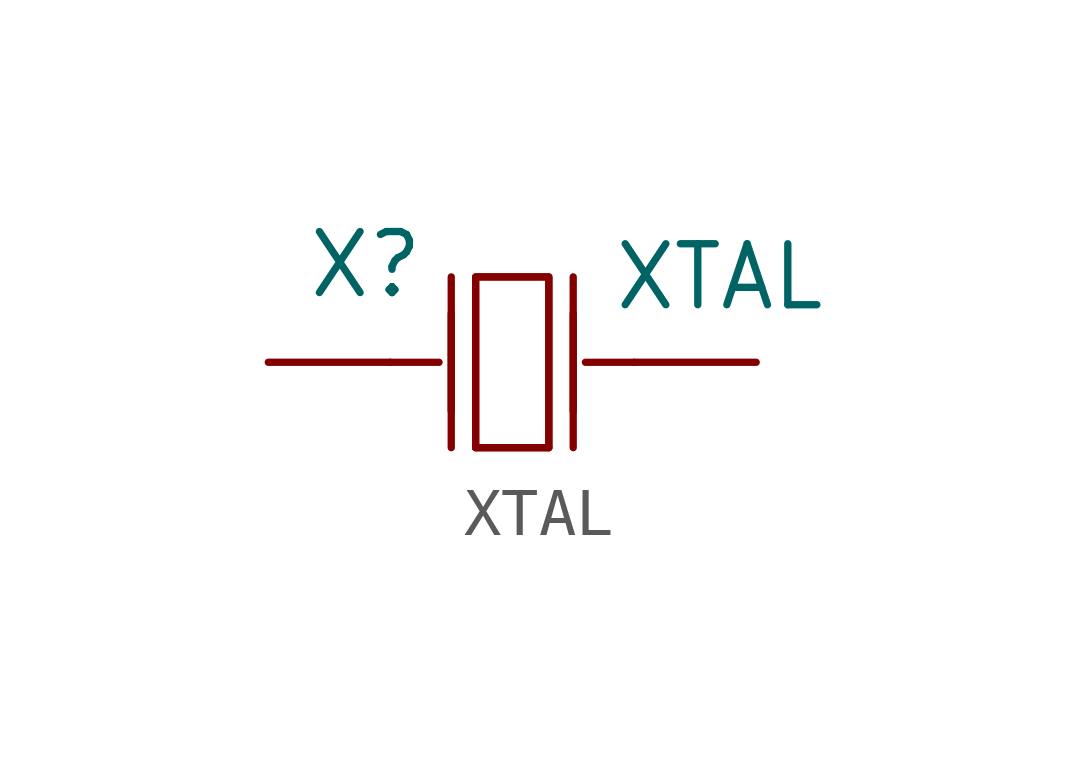
<source format=kicad_sym>
(kicad_symbol_lib
  (version 20231120)
  (generator "kicad_symbol_editor")
  (generator_version "8.0")
  (symbol "XTAL"
    (pin_numbers hide)
    (pin_names
      (offset 1.016) hide)
    (property "Reference" "X"
      (at -3.048 2.032 0)
      (effects (font (size 1.27 1.27))))
    (property "Value" "XTAL"
      (at 4.318 1.778 0)
      (effects (font (size 1.27 1.27))))
    (symbol "XTAL_1_1"
      (polyline (pts (xy -2.54 0) (xy -1.524 0)) (stroke (width 0.152) (type solid)) (fill (type none)))
      (polyline (pts (xy -1.27 -1.778) (xy -1.27 1.778)) (stroke (width 0.152) (type solid)) (fill (type none)))
      (polyline (pts (xy -1.27 -1.016) (xy -1.27 1.016)) (stroke (width 0.152) (type solid)) (fill (type none)))
      (polyline (pts (xy 0.762 -1.778) (xy -0.762 -1.778)) (stroke (width 0.152) (type solid)) (fill (type none)))
      (polyline (pts (xy 1.27 -1.778) (xy 1.27 1.778)) (stroke (width 0.152) (type solid)) (fill (type none)))
      (polyline (pts (xy 1.27 -1.016) (xy 1.27 1.016)) (stroke (width 0.152) (type solid)) (fill (type none)))
      (polyline (pts (xy 2.54 0) (xy 1.524 0)) (stroke (width 0.152) (type solid)) (fill (type none)))
      (polyline (pts (xy -0.762 -1.778) (xy -0.762 1.778) (xy 0.762 1.778) (xy 0.762 -1.778)) (stroke (width 0.152) (type solid)) (fill (type none)))
      (polyline (pts (xy 0.762 1.778) (xy 0.762 -1.778) (xy -0.762 -1.778) (xy -0.762 1.778) (xy 0.762 1.778)) (stroke (width 0.152) (type solid)) (fill (type none)))
      (pin input line (at -5.08 0 0) (length 2.54) (name "OSC1" (effects (font (size 1.27 1.27)))) (number "1" (effects (font (size 1.27 1.27)))))
      (pin input line (at 5.08 0 180) (length 2.54) (name "OSC2" (effects (font (size 1.27 1.27)))) (number "2" (effects (font (size 1.27 1.27))))))))
</source>
